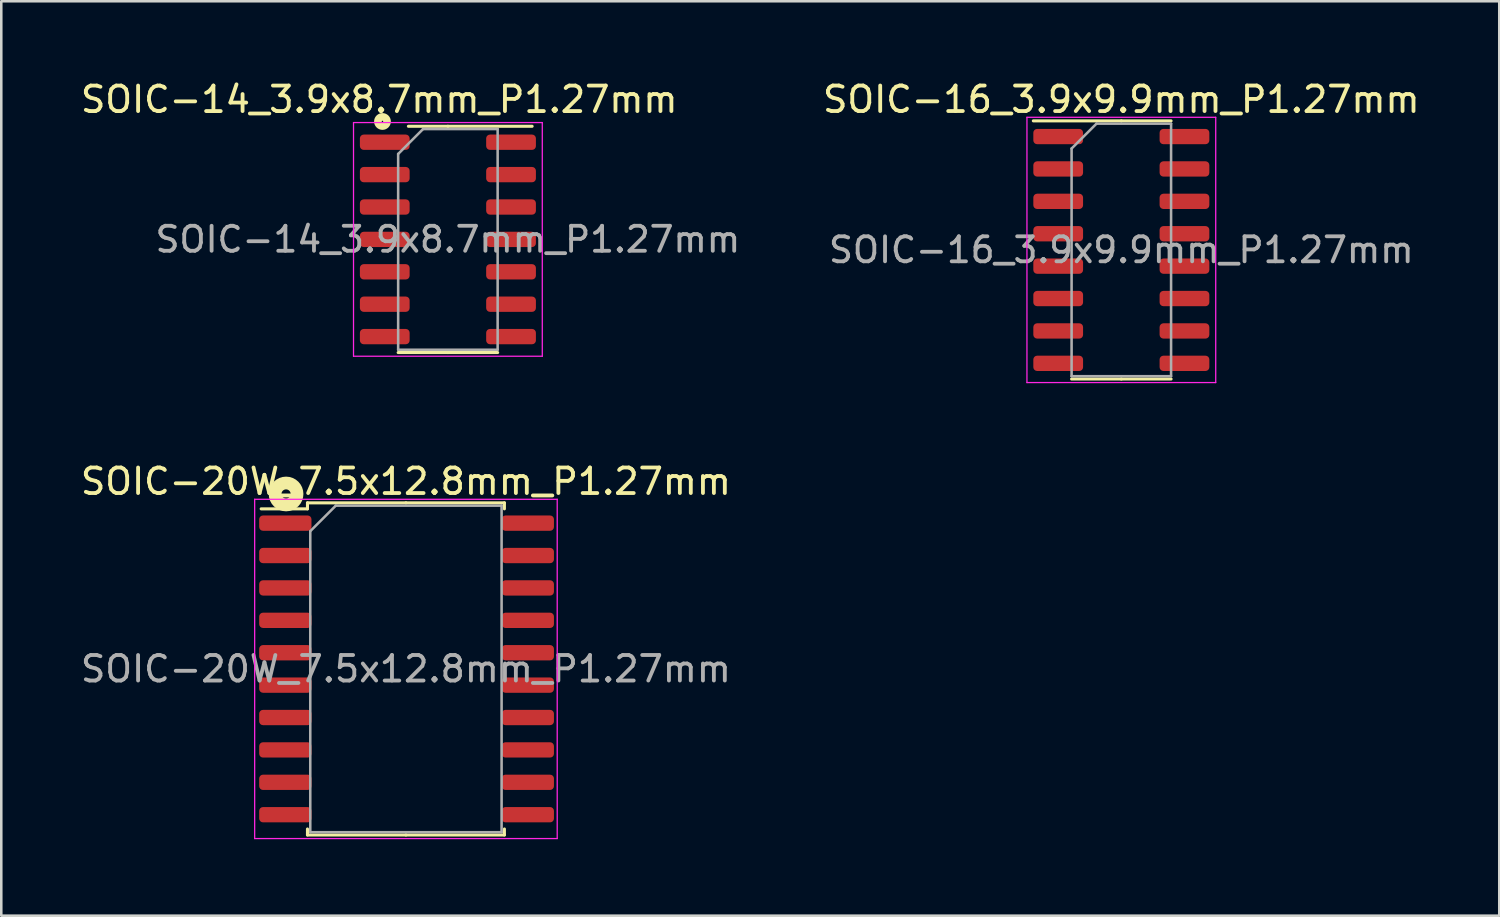
<source format=kicad_pcb>
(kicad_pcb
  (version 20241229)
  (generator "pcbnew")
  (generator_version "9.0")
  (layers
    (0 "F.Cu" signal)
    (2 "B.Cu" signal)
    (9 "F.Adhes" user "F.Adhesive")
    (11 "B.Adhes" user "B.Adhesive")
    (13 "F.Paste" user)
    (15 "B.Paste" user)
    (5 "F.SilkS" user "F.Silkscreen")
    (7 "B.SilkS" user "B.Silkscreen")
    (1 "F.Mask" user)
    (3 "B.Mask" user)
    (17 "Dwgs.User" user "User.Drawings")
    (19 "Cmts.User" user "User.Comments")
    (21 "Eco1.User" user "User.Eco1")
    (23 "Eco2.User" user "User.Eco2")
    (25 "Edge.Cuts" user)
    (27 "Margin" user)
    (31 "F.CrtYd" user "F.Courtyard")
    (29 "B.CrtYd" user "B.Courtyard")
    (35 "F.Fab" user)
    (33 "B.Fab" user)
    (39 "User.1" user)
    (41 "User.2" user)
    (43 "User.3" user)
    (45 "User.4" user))
  (footprint "SOIC-14_3.9x8.7mm_P1.27mm"
    (layer "F.Cu")
    (at 14.508 6.335)
    (property "Reference" "SOIC-14_3.9x8.7mm_P1.27mm" (at -2.692 -5.486 180) (layer "F.SilkS") (effects (font (size 1 1) (thickness 0.15))))
    (attr smd)
    (fp_line (start 0 -4.435) (end -1.549 -4.435) (stroke (width 0.12) (type solid)) (layer "F.SilkS"))
    (fp_line (start 0 -4.435) (end 3.302 -4.435) (stroke (width 0.12) (type solid)) (layer "F.SilkS"))
    (fp_line (start 0 4.435) (end -1.95 4.435) (stroke (width 0.12) (type solid)) (layer "F.SilkS"))
    (fp_line (start 0 4.435) (end 1.95 4.435) (stroke (width 0.12) (type solid)) (layer "F.SilkS"))
    (fp_circle (center -2.565 -4.623) (end -2.388 -4.648) (stroke (width 0.3) (type solid)) (fill no) (layer "F.SilkS"))
    (fp_line (start -3.7 -4.58) (end -3.7 4.58) (stroke (width 0.05) (type solid)) (layer "F.CrtYd"))
    (fp_line (start -3.7 4.58) (end 3.7 4.58) (stroke (width 0.05) (type solid)) (layer "F.CrtYd"))
    (fp_line (start 3.7 -4.58) (end -3.7 -4.58) (stroke (width 0.05) (type solid)) (layer "F.CrtYd"))
    (fp_line (start 3.7 4.58) (end 3.7 -4.58) (stroke (width 0.05) (type solid)) (layer "F.CrtYd"))
    (fp_line (start -1.95 -3.35) (end -0.975 -4.325) (stroke (width 0.1) (type solid)) (layer "F.Fab"))
    (fp_line (start -1.95 4.325) (end -1.95 -3.35) (stroke (width 0.1) (type solid)) (layer "F.Fab"))
    (fp_line (start -0.975 -4.325) (end 1.95 -4.325) (stroke (width 0.1) (type solid)) (layer "F.Fab"))
    (fp_line (start 1.95 -4.325) (end 1.95 4.325) (stroke (width 0.1) (type solid)) (layer "F.Fab"))
    (fp_line (start 1.95 4.325) (end -1.95 4.325) (stroke (width 0.1) (type solid)) (layer "F.Fab"))
    (fp_text user "${REFERENCE}" (at 0 0 180) (layer "F.Fab") (effects (font (size 0.98 0.98) (thickness 0.15))))
    (pad "1" smd roundrect (at -2.475 -3.81) (size 1.95 0.6) (layers "F.Cu" "F.Mask" "F.Paste") (roundrect_rratio 0.25))
    (pad "2" smd roundrect (at -2.475 -2.54) (size 1.95 0.6) (layers "F.Cu" "F.Mask" "F.Paste") (roundrect_rratio 0.25))
    (pad "3" smd roundrect (at -2.475 -1.27) (size 1.95 0.6) (layers "F.Cu" "F.Mask" "F.Paste") (roundrect_rratio 0.25))
    (pad "4" smd roundrect (at -2.475 0) (size 1.95 0.6) (layers "F.Cu" "F.Mask" "F.Paste") (roundrect_rratio 0.25))
    (pad "5" smd roundrect (at -2.475 1.27) (size 1.95 0.6) (layers "F.Cu" "F.Mask" "F.Paste") (roundrect_rratio 0.25))
    (pad "6" smd roundrect (at -2.475 2.54) (size 1.95 0.6) (layers "F.Cu" "F.Mask" "F.Paste") (roundrect_rratio 0.25))
    (pad "7" smd roundrect (at -2.475 3.81) (size 1.95 0.6) (layers "F.Cu" "F.Mask" "F.Paste") (roundrect_rratio 0.25))
    (pad "8" smd roundrect (at 2.475 3.81) (size 1.95 0.6) (layers "F.Cu" "F.Mask" "F.Paste") (roundrect_rratio 0.25))
    (pad "9" smd roundrect (at 2.475 2.54) (size 1.95 0.6) (layers "F.Cu" "F.Mask" "F.Paste") (roundrect_rratio 0.25))
    (pad "10" smd roundrect (at 2.475 1.27) (size 1.95 0.6) (layers "F.Cu" "F.Mask" "F.Paste") (roundrect_rratio 0.25))
    (pad "11" smd roundrect (at 2.475 0) (size 1.95 0.6) (layers "F.Cu" "F.Mask" "F.Paste") (roundrect_rratio 0.25))
    (pad "12" smd roundrect (at 2.475 -1.27) (size 1.95 0.6) (layers "F.Cu" "F.Mask" "F.Paste") (roundrect_rratio 0.25))
    (pad "13" smd roundrect (at 2.475 -2.54) (size 1.95 0.6) (layers "F.Cu" "F.Mask" "F.Paste") (roundrect_rratio 0.25))
    (pad "14" smd roundrect (at 2.475 -3.81) (size 1.95 0.6) (layers "F.Cu" "F.Mask" "F.Paste") (roundrect_rratio 0.25)))
  (footprint "SOIC-20W_7.5x12.8mm_P1.27mm"
    (layer "F.Cu")
    (at 12.863 23.172)
    (property "Reference" "SOIC-20W_7.5x12.8mm_P1.27mm" (at 0 -7.35 0) (layer "F.SilkS") (effects (font (size 1 1) (thickness 0.15))))
    (attr smd)
    (fp_line (start -3.86 -6.51) (end -3.86 -6.275) (stroke (width 0.12) (type solid)) (layer "F.SilkS"))
    (fp_line (start -3.86 -6.275) (end -5.675 -6.275) (stroke (width 0.12) (type solid)) (layer "F.SilkS"))
    (fp_line (start -3.86 6.51) (end -3.86 6.275) (stroke (width 0.12) (type solid)) (layer "F.SilkS"))
    (fp_line (start 0 -6.51) (end -3.86 -6.51) (stroke (width 0.12) (type solid)) (layer "F.SilkS"))
    (fp_line (start 0 -6.51) (end 3.86 -6.51) (stroke (width 0.12) (type solid)) (layer "F.SilkS"))
    (fp_line (start 0 6.51) (end -3.86 6.51) (stroke (width 0.12) (type solid)) (layer "F.SilkS"))
    (fp_line (start 0 6.51) (end 3.86 6.51) (stroke (width 0.12) (type solid)) (layer "F.SilkS"))
    (fp_line (start 3.86 -6.51) (end 3.86 -6.275) (stroke (width 0.12) (type solid)) (layer "F.SilkS"))
    (fp_line (start 3.86 6.51) (end 3.86 6.275) (stroke (width 0.12) (type solid)) (layer "F.SilkS"))
    (fp_circle (center -4.699 -6.858) (end -4.519 -6.858) (stroke (width 0.5) (type solid)) (fill no) (layer "F.SilkS"))
    (fp_line (start -5.93 -6.65) (end -5.93 6.65) (stroke (width 0.05) (type solid)) (layer "F.CrtYd"))
    (fp_line (start -5.93 6.65) (end 5.93 6.65) (stroke (width 0.05) (type solid)) (layer "F.CrtYd"))
    (fp_line (start 5.93 -6.65) (end -5.93 -6.65) (stroke (width 0.05) (type solid)) (layer "F.CrtYd"))
    (fp_line (start 5.93 6.65) (end 5.93 -6.65) (stroke (width 0.05) (type solid)) (layer "F.CrtYd"))
    (fp_line (start -3.75 -5.4) (end -2.75 -6.4) (stroke (width 0.1) (type solid)) (layer "F.Fab"))
    (fp_line (start -3.75 6.4) (end -3.75 -5.4) (stroke (width 0.1) (type solid)) (layer "F.Fab"))
    (fp_line (start -2.75 -6.4) (end 3.75 -6.4) (stroke (width 0.1) (type solid)) (layer "F.Fab"))
    (fp_line (start 3.75 -6.4) (end 3.75 6.4) (stroke (width 0.1) (type solid)) (layer "F.Fab"))
    (fp_line (start 3.75 6.4) (end -3.75 6.4) (stroke (width 0.1) (type solid)) (layer "F.Fab"))
    (fp_text user "${REFERENCE}" (at 0 0 0) (layer "F.Fab") (effects (font (size 1 1) (thickness 0.15))))
    (pad "1" smd roundrect (at -4.728 -5.715) (size 2.05 0.6) (layers "F.Cu" "F.Mask" "F.Paste") (roundrect_rratio 0.25))
    (pad "2" smd roundrect (at -4.728 -4.445) (size 2.05 0.6) (layers "F.Cu" "F.Mask" "F.Paste") (roundrect_rratio 0.25))
    (pad "3" smd roundrect (at -4.728 -3.175) (size 2.05 0.6) (layers "F.Cu" "F.Mask" "F.Paste") (roundrect_rratio 0.25))
    (pad "4" smd roundrect (at -4.728 -1.905) (size 2.05 0.6) (layers "F.Cu" "F.Mask" "F.Paste") (roundrect_rratio 0.25))
    (pad "5" smd roundrect (at -4.728 -0.635) (size 2.05 0.6) (layers "F.Cu" "F.Mask" "F.Paste") (roundrect_rratio 0.25))
    (pad "6" smd roundrect (at -4.728 0.635) (size 2.05 0.6) (layers "F.Cu" "F.Mask" "F.Paste") (roundrect_rratio 0.25))
    (pad "7" smd roundrect (at -4.728 1.905) (size 2.05 0.6) (layers "F.Cu" "F.Mask" "F.Paste") (roundrect_rratio 0.25))
    (pad "8" smd roundrect (at -4.728 3.175) (size 2.05 0.6) (layers "F.Cu" "F.Mask" "F.Paste") (roundrect_rratio 0.25))
    (pad "9" smd roundrect (at -4.728 4.445) (size 2.05 0.6) (layers "F.Cu" "F.Mask" "F.Paste") (roundrect_rratio 0.25))
    (pad "10" smd roundrect (at -4.728 5.715) (size 2.05 0.6) (layers "F.Cu" "F.Mask" "F.Paste") (roundrect_rratio 0.25))
    (pad "11" smd roundrect (at 4.777 5.715) (size 2.05 0.6) (layers "F.Cu" "F.Mask" "F.Paste") (roundrect_rratio 0.25))
    (pad "12" smd roundrect (at 4.777 4.445) (size 2.05 0.6) (layers "F.Cu" "F.Mask" "F.Paste") (roundrect_rratio 0.25))
    (pad "13" smd roundrect (at 4.777 3.175) (size 2.05 0.6) (layers "F.Cu" "F.Mask" "F.Paste") (roundrect_rratio 0.25))
    (pad "14" smd roundrect (at 4.777 1.905) (size 2.05 0.6) (layers "F.Cu" "F.Mask" "F.Paste") (roundrect_rratio 0.25))
    (pad "15" smd roundrect (at 4.777 0.635) (size 2.05 0.6) (layers "F.Cu" "F.Mask" "F.Paste") (roundrect_rratio 0.25))
    (pad "16" smd roundrect (at 4.777 -0.635) (size 2.05 0.6) (layers "F.Cu" "F.Mask" "F.Paste") (roundrect_rratio 0.25))
    (pad "17" smd roundrect (at 4.777 -1.905) (size 2.05 0.6) (layers "F.Cu" "F.Mask" "F.Paste") (roundrect_rratio 0.25))
    (pad "18" smd roundrect (at 4.777 -3.175) (size 2.05 0.6) (layers "F.Cu" "F.Mask" "F.Paste") (roundrect_rratio 0.25))
    (pad "19" smd roundrect (at 4.777 -4.445) (size 2.05 0.6) (layers "F.Cu" "F.Mask" "F.Paste") (roundrect_rratio 0.25))
    (pad "20" smd roundrect (at 4.777 -5.715) (size 2.05 0.6) (layers "F.Cu" "F.Mask" "F.Paste") (roundrect_rratio 0.25)))
  (footprint "SOIC-16_3.9x9.9mm_P1.27mm"
    (layer "F.Cu")
    (at 40.907 6.748)
    (property "Reference" "SOIC-16_3.9x9.9mm_P1.27mm" (at 0 -5.9 0) (layer "F.SilkS") (effects (font (size 1 1) (thickness 0.15))))
    (attr smd)
    (fp_line (start 0 -5.06) (end -3.45 -5.06) (stroke (width 0.12) (type solid)) (layer "F.SilkS"))
    (fp_line (start 0 -5.06) (end 1.95 -5.06) (stroke (width 0.12) (type solid)) (layer "F.SilkS"))
    (fp_line (start 0 5.06) (end -1.95 5.06) (stroke (width 0.12) (type solid)) (layer "F.SilkS"))
    (fp_line (start 0 5.06) (end 1.95 5.06) (stroke (width 0.12) (type solid)) (layer "F.SilkS"))
    (fp_line (start -3.7 -5.2) (end -3.7 5.2) (stroke (width 0.05) (type solid)) (layer "F.CrtYd"))
    (fp_line (start -3.7 5.2) (end 3.7 5.2) (stroke (width 0.05) (type solid)) (layer "F.CrtYd"))
    (fp_line (start 3.7 -5.2) (end -3.7 -5.2) (stroke (width 0.05) (type solid)) (layer "F.CrtYd"))
    (fp_line (start 3.7 5.2) (end 3.7 -5.2) (stroke (width 0.05) (type solid)) (layer "F.CrtYd"))
    (fp_line (start -1.95 -3.975) (end -0.975 -4.95) (stroke (width 0.1) (type solid)) (layer "F.Fab"))
    (fp_line (start -1.95 4.95) (end -1.95 -3.975) (stroke (width 0.1) (type solid)) (layer "F.Fab"))
    (fp_line (start -0.975 -4.95) (end 1.95 -4.95) (stroke (width 0.1) (type solid)) (layer "F.Fab"))
    (fp_line (start 1.95 -4.95) (end 1.95 4.95) (stroke (width 0.1) (type solid)) (layer "F.Fab"))
    (fp_line (start 1.95 4.95) (end -1.95 4.95) (stroke (width 0.1) (type solid)) (layer "F.Fab"))
    (fp_text user "${REFERENCE}" (at 0 0 0) (layer "F.Fab") (effects (font (size 0.98 0.98) (thickness 0.15))))
    (pad "1" smd roundrect (at -2.475 -4.445) (size 1.95 0.6) (layers "F.Cu" "F.Mask" "F.Paste") (roundrect_rratio 0.25))
    (pad "2" smd roundrect (at -2.475 -3.175) (size 1.95 0.6) (layers "F.Cu" "F.Mask" "F.Paste") (roundrect_rratio 0.25))
    (pad "3" smd roundrect (at -2.475 -1.905) (size 1.95 0.6) (layers "F.Cu" "F.Mask" "F.Paste") (roundrect_rratio 0.25))
    (pad "4" smd roundrect (at -2.475 -0.635) (size 1.95 0.6) (layers "F.Cu" "F.Mask" "F.Paste") (roundrect_rratio 0.25))
    (pad "5" smd roundrect (at -2.475 0.635) (size 1.95 0.6) (layers "F.Cu" "F.Mask" "F.Paste") (roundrect_rratio 0.25))
    (pad "6" smd roundrect (at -2.475 1.905) (size 1.95 0.6) (layers "F.Cu" "F.Mask" "F.Paste") (roundrect_rratio 0.25))
    (pad "7" smd roundrect (at -2.475 3.175) (size 1.95 0.6) (layers "F.Cu" "F.Mask" "F.Paste") (roundrect_rratio 0.25))
    (pad "8" smd roundrect (at -2.475 4.445) (size 1.95 0.6) (layers "F.Cu" "F.Mask" "F.Paste") (roundrect_rratio 0.25))
    (pad "9" smd roundrect (at 2.475 4.445) (size 1.95 0.6) (layers "F.Cu" "F.Mask" "F.Paste") (roundrect_rratio 0.25))
    (pad "10" smd roundrect (at 2.475 3.175) (size 1.95 0.6) (layers "F.Cu" "F.Mask" "F.Paste") (roundrect_rratio 0.25))
    (pad "11" smd roundrect (at 2.475 1.905) (size 1.95 0.6) (layers "F.Cu" "F.Mask" "F.Paste") (roundrect_rratio 0.25))
    (pad "12" smd roundrect (at 2.475 0.635) (size 1.95 0.6) (layers "F.Cu" "F.Mask" "F.Paste") (roundrect_rratio 0.25))
    (pad "13" smd roundrect (at 2.475 -0.635) (size 1.95 0.6) (layers "F.Cu" "F.Mask" "F.Paste") (roundrect_rratio 0.25))
    (pad "14" smd roundrect (at 2.475 -1.905) (size 1.95 0.6) (layers "F.Cu" "F.Mask" "F.Paste") (roundrect_rratio 0.25))
    (pad "15" smd roundrect (at 2.475 -3.175) (size 1.95 0.6) (layers "F.Cu" "F.Mask" "F.Paste") (roundrect_rratio 0.25))
    (pad "16" smd roundrect (at 2.475 -4.445) (size 1.95 0.6) (layers "F.Cu" "F.Mask" "F.Paste") (roundrect_rratio 0.25)))
  (gr_rect
    (start -3 -3)
    (end 55.722 32.846)
    (stroke (width 0.1) (type default))
    (fill no)
    (layer "Edge.Cuts")))
</source>
